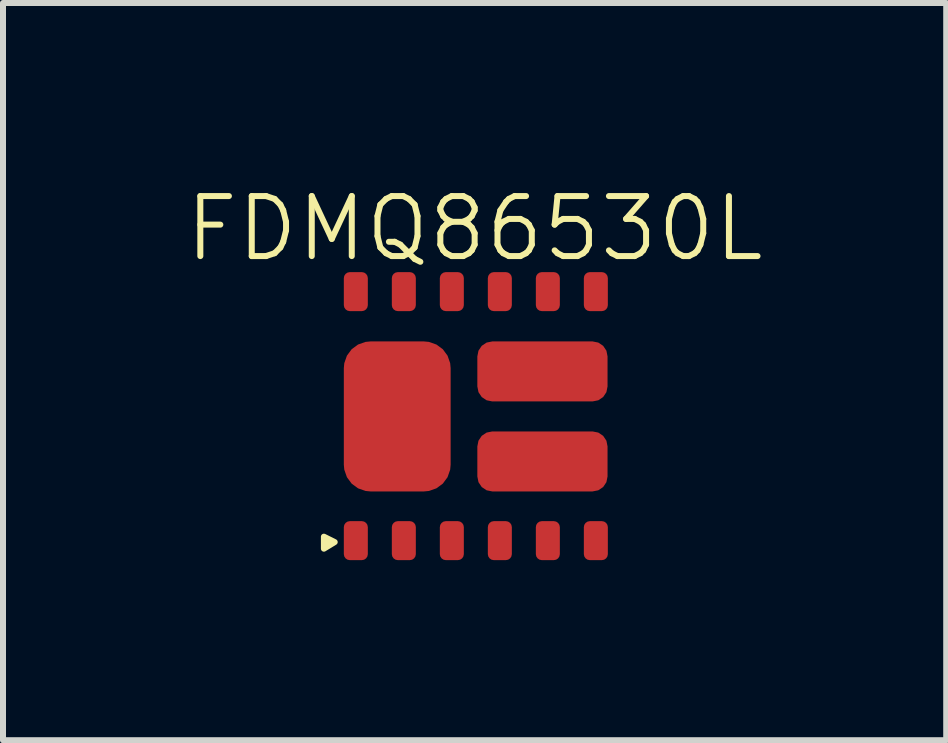
<source format=kicad_pcb>
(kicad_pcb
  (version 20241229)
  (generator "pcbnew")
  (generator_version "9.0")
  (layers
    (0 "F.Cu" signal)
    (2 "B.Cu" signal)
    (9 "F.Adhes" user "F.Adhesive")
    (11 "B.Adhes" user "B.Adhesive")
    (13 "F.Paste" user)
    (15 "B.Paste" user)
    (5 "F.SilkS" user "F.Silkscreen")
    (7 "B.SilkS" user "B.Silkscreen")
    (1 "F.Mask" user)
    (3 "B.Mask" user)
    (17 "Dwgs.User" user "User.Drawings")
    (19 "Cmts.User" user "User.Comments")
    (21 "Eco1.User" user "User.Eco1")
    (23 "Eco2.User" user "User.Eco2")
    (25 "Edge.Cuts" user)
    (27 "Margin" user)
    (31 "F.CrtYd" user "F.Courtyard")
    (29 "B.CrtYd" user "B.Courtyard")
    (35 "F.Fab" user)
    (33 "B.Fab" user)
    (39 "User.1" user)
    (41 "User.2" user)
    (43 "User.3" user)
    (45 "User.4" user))
  (footprint "FDMQ86530L"
    (layer "F.Cu")
    (at 4.86 3.89)
    (property "Reference" "FDMQ86530L" (at 0 -3.13 0) (unlocked yes) (layer "F.SilkS") (effects (font (size 1 1) (thickness 0.1))))
    (attr smd)
    (fp_poly (pts (xy -2.512 2.004) (xy -2.512 2.204) (xy -2.332 2.094)) (stroke (width 0.1) (type solid)) (fill yes) (layer "F.SilkS"))
    (pad "1" smd roundrect (at -1.98 2.07) (size 0.4 0.65) (layers "F.Cu" "F.Mask" "F.Paste") (roundrect_rratio 0.25))
    (pad "2" smd roundrect (at -1.18 2.07) (size 0.4 0.65) (layers "F.Cu" "F.Mask" "F.Paste") (roundrect_rratio 0.25))
    (pad "3" smd roundrect (at -0.38 2.07) (size 0.4 0.65) (layers "F.Cu" "F.Mask" "F.Paste") (roundrect_rratio 0.25))
    (pad "4" smd roundrect (at 0.42 2.07) (size 0.4 0.65) (layers "F.Cu" "F.Mask" "F.Paste") (roundrect_rratio 0.25))
    (pad "5" smd roundrect (at 1.22 2.07) (size 0.4 0.65) (layers "F.Cu" "F.Mask" "F.Paste") (roundrect_rratio 0.25))
    (pad "6" smd roundrect (at 2.02 2.07) (size 0.4 0.65) (layers "F.Cu" "F.Mask" "F.Paste") (roundrect_rratio 0.25))
    (pad "7" smd roundrect (at 2.02 -2.08) (size 0.4 0.65) (layers "F.Cu" "F.Mask" "F.Paste") (roundrect_rratio 0.25))
    (pad "8" smd roundrect (at 1.22 -2.08) (size 0.4 0.65) (layers "F.Cu" "F.Mask" "F.Paste") (roundrect_rratio 0.25))
    (pad "9" smd roundrect (at 0.42 -2.08) (size 0.4 0.65) (layers "F.Cu" "F.Mask" "F.Paste") (roundrect_rratio 0.25))
    (pad "10" smd roundrect (at -0.38 -2.08) (size 0.4 0.65) (layers "F.Cu" "F.Mask" "F.Paste") (roundrect_rratio 0.25))
    (pad "11" smd roundrect (at -1.18 -2.08) (size 0.4 0.65) (layers "F.Cu" "F.Mask" "F.Paste") (roundrect_rratio 0.25))
    (pad "12" smd roundrect (at -1.98 -2.08) (size 0.4 0.65) (layers "F.Cu" "F.Mask" "F.Paste") (roundrect_rratio 0.25))
    (pad "13" smd roundrect (at -1.29 0) (size 1.78 2.5) (layers "F.Cu" "F.Mask" "F.Paste") (roundrect_rratio 0.25))
    (pad "14" smd roundrect (at 1.13 0.75) (size 2.17 1) (layers "F.Cu" "F.Mask" "F.Paste") (roundrect_rratio 0.25))
    (pad "15" smd roundrect (at 1.13 -0.75) (size 2.17 1) (layers "F.Cu" "F.Mask" "F.Paste") (roundrect_rratio 0.25)))
  (gr_rect
    (start -3 -3)
    (end 12.719 9.286)
    (stroke (width 0.1) (type default))
    (fill no)
    (layer "Edge.Cuts")))
</source>
